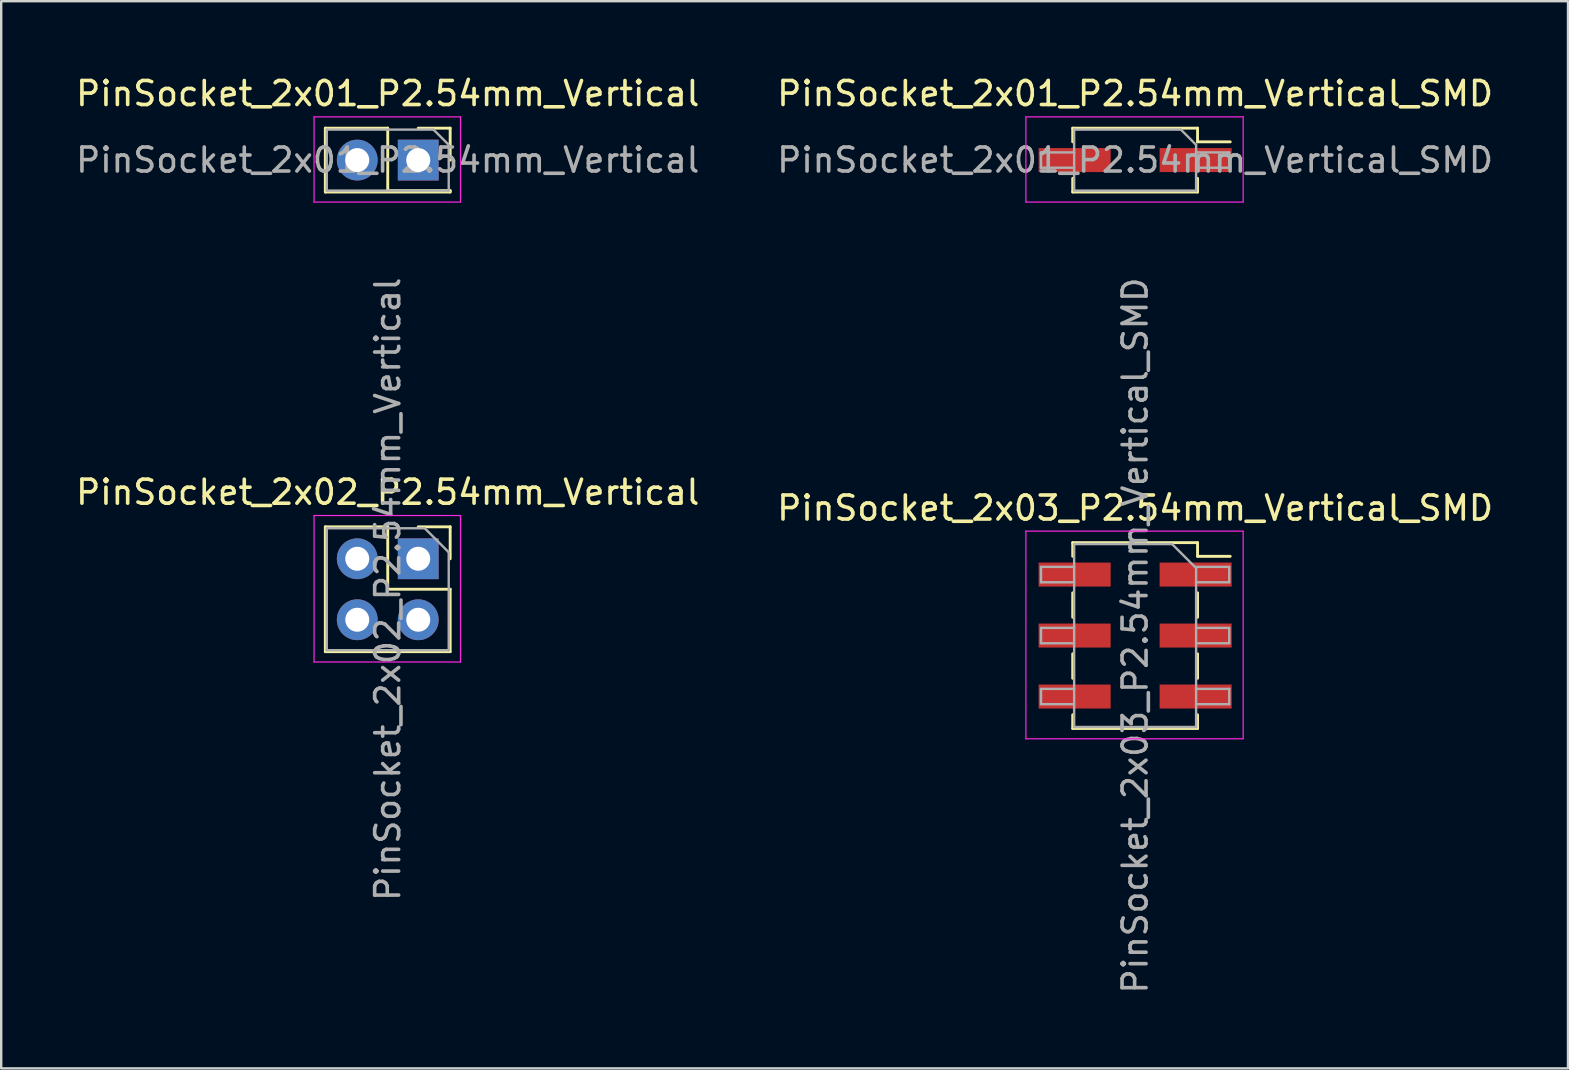
<source format=kicad_pcb>
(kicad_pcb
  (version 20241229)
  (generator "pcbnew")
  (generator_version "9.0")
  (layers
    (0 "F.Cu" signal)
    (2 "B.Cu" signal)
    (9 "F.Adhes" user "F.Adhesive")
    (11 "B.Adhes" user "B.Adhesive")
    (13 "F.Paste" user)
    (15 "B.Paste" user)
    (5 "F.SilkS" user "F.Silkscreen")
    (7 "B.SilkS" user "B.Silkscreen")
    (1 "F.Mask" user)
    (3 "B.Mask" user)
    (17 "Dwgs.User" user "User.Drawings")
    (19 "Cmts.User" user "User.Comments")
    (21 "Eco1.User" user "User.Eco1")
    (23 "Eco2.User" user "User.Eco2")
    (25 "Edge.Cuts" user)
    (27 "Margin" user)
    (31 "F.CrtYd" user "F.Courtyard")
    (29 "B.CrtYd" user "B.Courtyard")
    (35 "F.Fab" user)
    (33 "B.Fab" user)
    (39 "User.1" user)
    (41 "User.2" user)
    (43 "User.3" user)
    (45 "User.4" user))
  (footprint "PinSocket_2x01_P2.54mm_Vertical"
    (layer "F.Cu")
    (at 14.371 3.618)
    (property "Reference" "PinSocket_2x01_P2.54mm_Vertical" (at -1.27 -2.77 0) (layer "F.SilkS") (effects (font (size 1 1) (thickness 0.15))))
    (attr through_hole)
    (fp_line (start -3.87 -1.33) (end -3.87 1.33) (stroke (width 0.12) (type solid)) (layer "F.SilkS"))
    (fp_line (start -3.87 -1.33) (end -1.27 -1.33) (stroke (width 0.12) (type solid)) (layer "F.SilkS"))
    (fp_line (start -3.87 1.33) (end 1.33 1.33) (stroke (width 0.12) (type solid)) (layer "F.SilkS"))
    (fp_line (start -1.27 -1.33) (end -1.27 1.27) (stroke (width 0.12) (type solid)) (layer "F.SilkS"))
    (fp_line (start -1.27 1.27) (end 1.33 1.27) (stroke (width 0.12) (type solid)) (layer "F.SilkS"))
    (fp_line (start 0 -1.33) (end 1.33 -1.33) (stroke (width 0.12) (type solid)) (layer "F.SilkS"))
    (fp_line (start 1.33 -1.33) (end 1.33 0) (stroke (width 0.12) (type solid)) (layer "F.SilkS"))
    (fp_line (start 1.33 1.27) (end 1.33 1.33) (stroke (width 0.12) (type solid)) (layer "F.SilkS"))
    (fp_line (start -4.34 -1.8) (end 1.76 -1.8) (stroke (width 0.05) (type solid)) (layer "F.CrtYd"))
    (fp_line (start -4.34 1.75) (end -4.34 -1.8) (stroke (width 0.05) (type solid)) (layer "F.CrtYd"))
    (fp_line (start 1.76 -1.8) (end 1.76 1.75) (stroke (width 0.05) (type solid)) (layer "F.CrtYd"))
    (fp_line (start 1.76 1.75) (end -4.34 1.75) (stroke (width 0.05) (type solid)) (layer "F.CrtYd"))
    (fp_line (start -3.81 -1.27) (end 0.635 -1.27) (stroke (width 0.1) (type solid)) (layer "F.Fab"))
    (fp_line (start -3.81 1.27) (end -3.81 -1.27) (stroke (width 0.1) (type solid)) (layer "F.Fab"))
    (fp_line (start 0.635 -1.27) (end 1.27 -0.635) (stroke (width 0.1) (type solid)) (layer "F.Fab"))
    (fp_line (start 1.27 -0.635) (end 1.27 1.27) (stroke (width 0.1) (type solid)) (layer "F.Fab"))
    (fp_line (start 1.27 1.27) (end -3.81 1.27) (stroke (width 0.1) (type solid)) (layer "F.Fab"))
    (fp_text user "${REFERENCE}" (at -1.27 0 0) (layer "F.Fab") (effects (font (size 1 1) (thickness 0.15))))
    (pad "1" thru_hole rect (at 0 0) (size 1.7 1.7) (drill 1) (layers "*.Cu" "*.Mask"))
    (pad "2" thru_hole oval (at -2.54 0) (size 1.7 1.7) (drill 1) (layers "*.Cu" "*.Mask")))
  (footprint "PinSocket_2x03_P2.54mm_Vertical_SMD"
    (layer "F.Cu")
    (at 44.232 23.423)
    (property "Reference" "PinSocket_2x03_P2.54mm_Vertical_SMD" (at 0 -5.31 0) (layer "F.SilkS") (effects (font (size 1 1) (thickness 0.15))))
    (attr smd)
    (fp_line (start -2.6 -3.87) (end -2.6 -3.3) (stroke (width 0.12) (type solid)) (layer "F.SilkS"))
    (fp_line (start -2.6 -3.87) (end 2.6 -3.87) (stroke (width 0.12) (type solid)) (layer "F.SilkS"))
    (fp_line (start -2.6 -1.78) (end -2.6 -0.76) (stroke (width 0.12) (type solid)) (layer "F.SilkS"))
    (fp_line (start -2.6 0.76) (end -2.6 1.78) (stroke (width 0.12) (type solid)) (layer "F.SilkS"))
    (fp_line (start -2.6 3.3) (end -2.6 3.87) (stroke (width 0.12) (type solid)) (layer "F.SilkS"))
    (fp_line (start -2.6 3.87) (end 2.6 3.87) (stroke (width 0.12) (type solid)) (layer "F.SilkS"))
    (fp_line (start 2.6 -3.87) (end 2.6 -3.3) (stroke (width 0.12) (type solid)) (layer "F.SilkS"))
    (fp_line (start 2.6 -3.3) (end 3.96 -3.3) (stroke (width 0.12) (type solid)) (layer "F.SilkS"))
    (fp_line (start 2.6 -1.78) (end 2.6 -0.76) (stroke (width 0.12) (type solid)) (layer "F.SilkS"))
    (fp_line (start 2.6 0.76) (end 2.6 1.78) (stroke (width 0.12) (type solid)) (layer "F.SilkS"))
    (fp_line (start 2.6 3.3) (end 2.6 3.87) (stroke (width 0.12) (type solid)) (layer "F.SilkS"))
    (fp_line (start -4.55 -4.35) (end 4.5 -4.35) (stroke (width 0.05) (type solid)) (layer "F.CrtYd"))
    (fp_line (start -4.55 4.3) (end -4.55 -4.35) (stroke (width 0.05) (type solid)) (layer "F.CrtYd"))
    (fp_line (start 4.5 -4.35) (end 4.5 4.3) (stroke (width 0.05) (type solid)) (layer "F.CrtYd"))
    (fp_line (start 4.5 4.3) (end -4.55 4.3) (stroke (width 0.05) (type solid)) (layer "F.CrtYd"))
    (fp_line (start -3.92 -2.86) (end -2.54 -2.86) (stroke (width 0.1) (type solid)) (layer "F.Fab"))
    (fp_line (start -3.92 -2.22) (end -3.92 -2.86) (stroke (width 0.1) (type solid)) (layer "F.Fab"))
    (fp_line (start -3.92 -0.32) (end -2.54 -0.32) (stroke (width 0.1) (type solid)) (layer "F.Fab"))
    (fp_line (start -3.92 0.32) (end -3.92 -0.32) (stroke (width 0.1) (type solid)) (layer "F.Fab"))
    (fp_line (start -3.92 2.22) (end -2.54 2.22) (stroke (width 0.1) (type solid)) (layer "F.Fab"))
    (fp_line (start -3.92 2.86) (end -3.92 2.22) (stroke (width 0.1) (type solid)) (layer "F.Fab"))
    (fp_line (start -2.54 -3.81) (end 1.54 -3.81) (stroke (width 0.1) (type solid)) (layer "F.Fab"))
    (fp_line (start -2.54 -2.22) (end -3.92 -2.22) (stroke (width 0.1) (type solid)) (layer "F.Fab"))
    (fp_line (start -2.54 0.32) (end -3.92 0.32) (stroke (width 0.1) (type solid)) (layer "F.Fab"))
    (fp_line (start -2.54 2.86) (end -3.92 2.86) (stroke (width 0.1) (type solid)) (layer "F.Fab"))
    (fp_line (start -2.54 3.81) (end -2.54 -3.81) (stroke (width 0.1) (type solid)) (layer "F.Fab"))
    (fp_line (start 1.54 -3.81) (end 2.54 -2.81) (stroke (width 0.1) (type solid)) (layer "F.Fab"))
    (fp_line (start 2.54 -2.86) (end 3.92 -2.86) (stroke (width 0.1) (type solid)) (layer "F.Fab"))
    (fp_line (start 2.54 -2.81) (end 2.54 3.81) (stroke (width 0.1) (type solid)) (layer "F.Fab"))
    (fp_line (start 2.54 -0.32) (end 3.92 -0.32) (stroke (width 0.1) (type solid)) (layer "F.Fab"))
    (fp_line (start 2.54 2.22) (end 3.92 2.22) (stroke (width 0.1) (type solid)) (layer "F.Fab"))
    (fp_line (start 2.54 3.81) (end -2.54 3.81) (stroke (width 0.1) (type solid)) (layer "F.Fab"))
    (fp_line (start 3.92 -2.86) (end 3.92 -2.22) (stroke (width 0.1) (type solid)) (layer "F.Fab"))
    (fp_line (start 3.92 -2.22) (end 2.54 -2.22) (stroke (width 0.1) (type solid)) (layer "F.Fab"))
    (fp_line (start 3.92 -0.32) (end 3.92 0.32) (stroke (width 0.1) (type solid)) (layer "F.Fab"))
    (fp_line (start 3.92 0.32) (end 2.54 0.32) (stroke (width 0.1) (type solid)) (layer "F.Fab"))
    (fp_line (start 3.92 2.22) (end 3.92 2.86) (stroke (width 0.1) (type solid)) (layer "F.Fab"))
    (fp_line (start 3.92 2.86) (end 2.54 2.86) (stroke (width 0.1) (type solid)) (layer "F.Fab"))
    (fp_text user "${REFERENCE}" (at 0 0 90) (layer "F.Fab") (effects (font (size 1 1) (thickness 0.15))))
    (pad "1" smd rect (at 2.52 -2.54) (size 3 1) (layers "F.Cu" "F.Mask" "F.Paste"))
    (pad "2" smd rect (at -2.52 -2.54) (size 3 1) (layers "F.Cu" "F.Mask" "F.Paste"))
    (pad "3" smd rect (at 2.52 0) (size 3 1) (layers "F.Cu" "F.Mask" "F.Paste"))
    (pad "4" smd rect (at -2.52 0) (size 3 1) (layers "F.Cu" "F.Mask" "F.Paste"))
    (pad "5" smd rect (at 2.52 2.54) (size 3 1) (layers "F.Cu" "F.Mask" "F.Paste"))
    (pad "6" smd rect (at -2.52 2.54) (size 3 1) (layers "F.Cu" "F.Mask" "F.Paste")))
  (footprint "PinSocket_2x01_P2.54mm_Vertical_SMD"
    (layer "F.Cu")
    (at 44.232 3.618)
    (property "Reference" "PinSocket_2x01_P2.54mm_Vertical_SMD" (at 0 -2.77 0) (layer "F.SilkS") (effects (font (size 1 1) (thickness 0.15))))
    (attr smd)
    (fp_line (start -2.6 -1.33) (end -2.6 -0.76) (stroke (width 0.12) (type solid)) (layer "F.SilkS"))
    (fp_line (start -2.6 -1.33) (end 2.6 -1.33) (stroke (width 0.12) (type solid)) (layer "F.SilkS"))
    (fp_line (start -2.6 0.76) (end -2.6 1.33) (stroke (width 0.12) (type solid)) (layer "F.SilkS"))
    (fp_line (start -2.6 1.33) (end 2.6 1.33) (stroke (width 0.12) (type solid)) (layer "F.SilkS"))
    (fp_line (start 2.6 -1.33) (end 2.6 -0.76) (stroke (width 0.12) (type solid)) (layer "F.SilkS"))
    (fp_line (start 2.6 -0.76) (end 3.96 -0.76) (stroke (width 0.12) (type solid)) (layer "F.SilkS"))
    (fp_line (start 2.6 0.76) (end 2.6 1.33) (stroke (width 0.12) (type solid)) (layer "F.SilkS"))
    (fp_line (start -4.55 -1.8) (end 4.5 -1.8) (stroke (width 0.05) (type solid)) (layer "F.CrtYd"))
    (fp_line (start -4.55 1.75) (end -4.55 -1.8) (stroke (width 0.05) (type solid)) (layer "F.CrtYd"))
    (fp_line (start 4.5 -1.8) (end 4.5 1.75) (stroke (width 0.05) (type solid)) (layer "F.CrtYd"))
    (fp_line (start 4.5 1.75) (end -4.55 1.75) (stroke (width 0.05) (type solid)) (layer "F.CrtYd"))
    (fp_line (start -3.92 -0.32) (end -2.54 -0.32) (stroke (width 0.1) (type solid)) (layer "F.Fab"))
    (fp_line (start -3.92 0.32) (end -3.92 -0.32) (stroke (width 0.1) (type solid)) (layer "F.Fab"))
    (fp_line (start -2.54 -1.27) (end 1.905 -1.27) (stroke (width 0.1) (type solid)) (layer "F.Fab"))
    (fp_line (start -2.54 0.32) (end -3.92 0.32) (stroke (width 0.1) (type solid)) (layer "F.Fab"))
    (fp_line (start -2.54 1.27) (end -2.54 -1.27) (stroke (width 0.1) (type solid)) (layer "F.Fab"))
    (fp_line (start 1.905 -1.27) (end 2.54 -0.635) (stroke (width 0.1) (type solid)) (layer "F.Fab"))
    (fp_line (start 2.54 -0.635) (end 2.54 1.27) (stroke (width 0.1) (type solid)) (layer "F.Fab"))
    (fp_line (start 2.54 -0.32) (end 3.92 -0.32) (stroke (width 0.1) (type solid)) (layer "F.Fab"))
    (fp_line (start 2.54 1.27) (end -2.54 1.27) (stroke (width 0.1) (type solid)) (layer "F.Fab"))
    (fp_line (start 3.92 -0.32) (end 3.92 0.32) (stroke (width 0.1) (type solid)) (layer "F.Fab"))
    (fp_line (start 3.92 0.32) (end 2.54 0.32) (stroke (width 0.1) (type solid)) (layer "F.Fab"))
    (fp_text user "${REFERENCE}" (at 0 0 0) (layer "F.Fab") (effects (font (size 1 1) (thickness 0.15))))
    (pad "1" smd rect (at 2.52 0) (size 3 1) (layers "F.Cu" "F.Mask" "F.Paste"))
    (pad "2" smd rect (at -2.52 0) (size 3 1) (layers "F.Cu" "F.Mask" "F.Paste")))
  (footprint "PinSocket_2x02_P2.54mm_Vertical"
    (layer "F.Cu")
    (at 14.371 20.224)
    (property "Reference" "PinSocket_2x02_P2.54mm_Vertical" (at -1.27 -2.77 0) (layer "F.SilkS") (effects (font (size 1 1) (thickness 0.15))))
    (attr through_hole)
    (fp_line (start -3.87 -1.33) (end -3.87 3.87) (stroke (width 0.12) (type solid)) (layer "F.SilkS"))
    (fp_line (start -3.87 -1.33) (end -1.27 -1.33) (stroke (width 0.12) (type solid)) (layer "F.SilkS"))
    (fp_line (start -3.87 3.87) (end 1.33 3.87) (stroke (width 0.12) (type solid)) (layer "F.SilkS"))
    (fp_line (start -1.27 -1.33) (end -1.27 1.27) (stroke (width 0.12) (type solid)) (layer "F.SilkS"))
    (fp_line (start -1.27 1.27) (end 1.33 1.27) (stroke (width 0.12) (type solid)) (layer "F.SilkS"))
    (fp_line (start 0 -1.33) (end 1.33 -1.33) (stroke (width 0.12) (type solid)) (layer "F.SilkS"))
    (fp_line (start 1.33 -1.33) (end 1.33 0) (stroke (width 0.12) (type solid)) (layer "F.SilkS"))
    (fp_line (start 1.33 1.27) (end 1.33 3.87) (stroke (width 0.12) (type solid)) (layer "F.SilkS"))
    (fp_line (start -4.34 -1.8) (end 1.76 -1.8) (stroke (width 0.05) (type solid)) (layer "F.CrtYd"))
    (fp_line (start -4.34 4.3) (end -4.34 -1.8) (stroke (width 0.05) (type solid)) (layer "F.CrtYd"))
    (fp_line (start 1.76 -1.8) (end 1.76 4.3) (stroke (width 0.05) (type solid)) (layer "F.CrtYd"))
    (fp_line (start 1.76 4.3) (end -4.34 4.3) (stroke (width 0.05) (type solid)) (layer "F.CrtYd"))
    (fp_line (start -3.81 -1.27) (end 0.27 -1.27) (stroke (width 0.1) (type solid)) (layer "F.Fab"))
    (fp_line (start -3.81 3.81) (end -3.81 -1.27) (stroke (width 0.1) (type solid)) (layer "F.Fab"))
    (fp_line (start 0.27 -1.27) (end 1.27 -0.27) (stroke (width 0.1) (type solid)) (layer "F.Fab"))
    (fp_line (start 1.27 -0.27) (end 1.27 3.81) (stroke (width 0.1) (type solid)) (layer "F.Fab"))
    (fp_line (start 1.27 3.81) (end -3.81 3.81) (stroke (width 0.1) (type solid)) (layer "F.Fab"))
    (fp_text user "${REFERENCE}" (at -1.27 1.27 90) (layer "F.Fab") (effects (font (size 1 1) (thickness 0.15))))
    (pad "1" thru_hole rect (at 0 0) (size 1.7 1.7) (drill 1) (layers "*.Cu" "*.Mask"))
    (pad "2" thru_hole oval (at -2.54 0) (size 1.7 1.7) (drill 1) (layers "*.Cu" "*.Mask"))
    (pad "3" thru_hole oval (at 0 2.54) (size 1.7 1.7) (drill 1) (layers "*.Cu" "*.Mask"))
    (pad "4" thru_hole oval (at -2.54 2.54) (size 1.7 1.7) (drill 1) (layers "*.Cu" "*.Mask")))
  (gr_rect
    (start -3 -3)
    (end 62.262 41.453)
    (stroke (width 0.1) (type default))
    (fill no)
    (layer "Edge.Cuts")))
</source>
